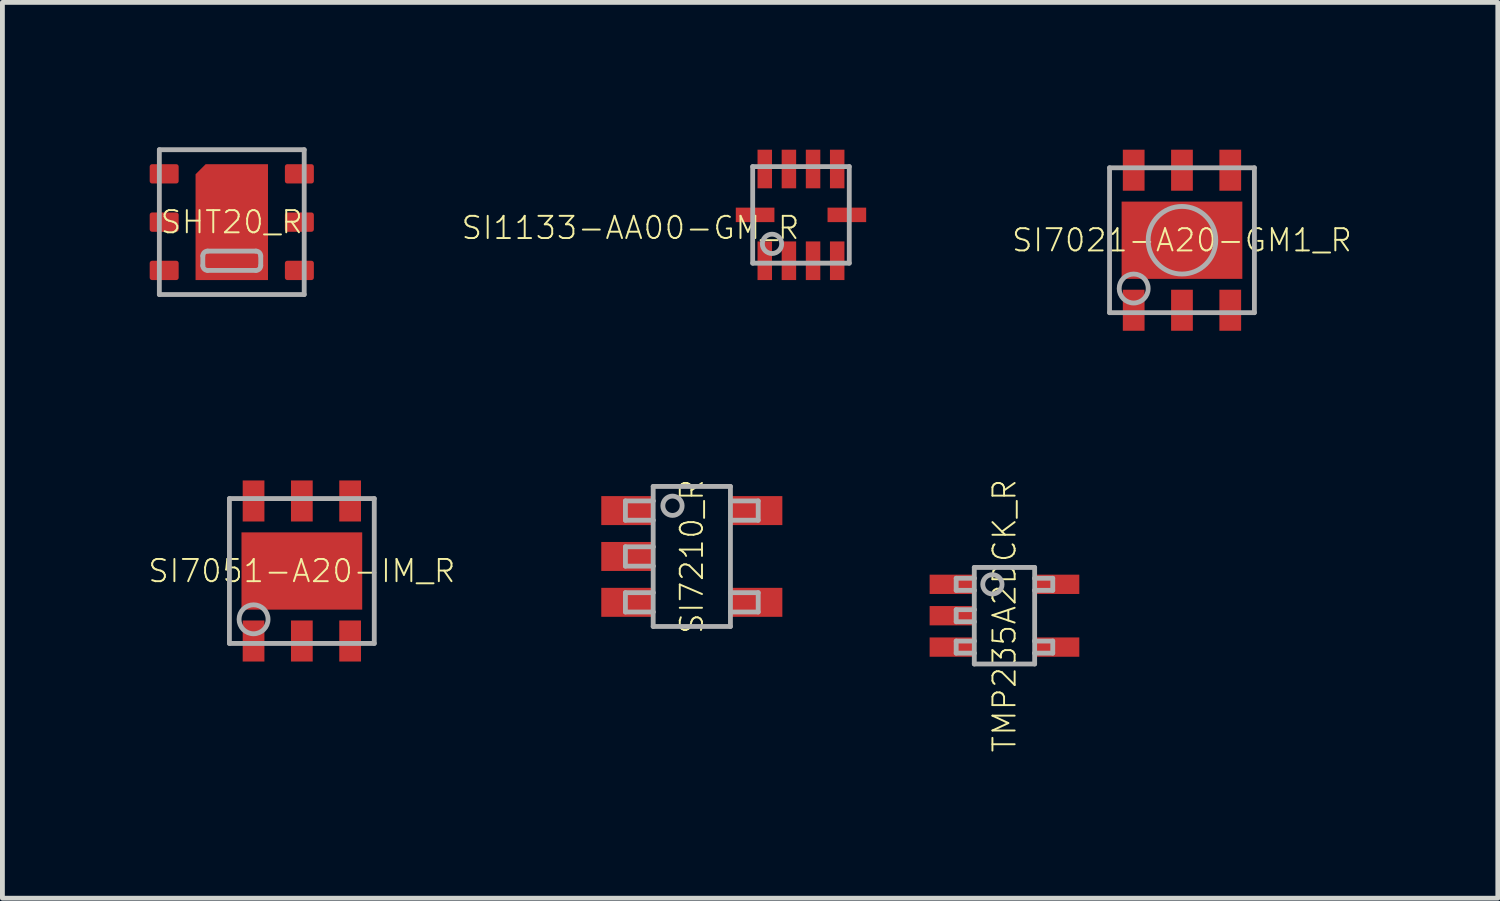
<source format=kicad_pcb>
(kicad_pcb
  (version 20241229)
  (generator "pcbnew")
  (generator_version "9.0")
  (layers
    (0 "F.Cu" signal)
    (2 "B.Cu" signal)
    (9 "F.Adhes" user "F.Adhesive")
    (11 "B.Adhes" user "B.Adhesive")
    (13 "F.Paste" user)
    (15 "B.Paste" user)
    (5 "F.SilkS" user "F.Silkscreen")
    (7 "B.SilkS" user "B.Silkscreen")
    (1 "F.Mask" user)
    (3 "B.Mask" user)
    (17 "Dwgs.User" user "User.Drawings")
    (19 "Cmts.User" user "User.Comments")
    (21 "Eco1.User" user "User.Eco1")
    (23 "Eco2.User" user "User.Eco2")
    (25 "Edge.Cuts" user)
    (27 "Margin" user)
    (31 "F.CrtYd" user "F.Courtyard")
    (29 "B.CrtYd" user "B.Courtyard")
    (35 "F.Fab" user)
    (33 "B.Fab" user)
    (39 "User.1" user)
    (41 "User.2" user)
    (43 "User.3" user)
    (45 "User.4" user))
  (footprint "SI7210_R"
    (layer "F.Cu")
    (at 11.277 8.474)
    (property "Reference" "SI7210_R" (at 0 0 90) (unlocked yes) (layer "F.SilkS") (effects (font (size 0.46 0.46) (thickness 0.04))))
    (fp_line (start -1.375 -1.15) (end -1.375 -0.75) (stroke (width 0.1) (type solid)) (layer "F.Fab"))
    (fp_line (start -1.375 -0.75) (end -0.8 -0.75) (stroke (width 0.1) (type solid)) (layer "F.Fab"))
    (fp_line (start -1.375 -0.2) (end -1.375 0.2) (stroke (width 0.1) (type solid)) (layer "F.Fab"))
    (fp_line (start -1.375 0.75) (end -1.375 1.15) (stroke (width 0.1) (type solid)) (layer "F.Fab"))
    (fp_line (start -0.8 -1.45) (end 0.8 -1.45) (stroke (width 0.1) (type solid)) (layer "F.Fab"))
    (fp_line (start -0.8 -1.15) (end -1.375 -1.15) (stroke (width 0.1) (type solid)) (layer "F.Fab"))
    (fp_line (start -0.8 -1.15) (end -0.8 -1.45) (stroke (width 0.1) (type solid)) (layer "F.Fab"))
    (fp_line (start -0.8 -0.75) (end -0.8 -1.15) (stroke (width 0.1) (type solid)) (layer "F.Fab"))
    (fp_line (start -0.8 -0.2) (end -1.375 -0.2) (stroke (width 0.1) (type solid)) (layer "F.Fab"))
    (fp_line (start -0.8 -0.2) (end -0.8 -0.75) (stroke (width 0.1) (type solid)) (layer "F.Fab"))
    (fp_line (start -0.8 0.2) (end -1.375 0.2) (stroke (width 0.1) (type solid)) (layer "F.Fab"))
    (fp_line (start -0.8 0.2) (end -0.8 -0.2) (stroke (width 0.1) (type solid)) (layer "F.Fab"))
    (fp_line (start -0.8 0.75) (end -1.375 0.75) (stroke (width 0.1) (type solid)) (layer "F.Fab"))
    (fp_line (start -0.8 0.75) (end -0.8 0.2) (stroke (width 0.1) (type solid)) (layer "F.Fab"))
    (fp_line (start -0.8 1.15) (end -1.375 1.15) (stroke (width 0.1) (type solid)) (layer "F.Fab"))
    (fp_line (start -0.8 1.15) (end -0.8 0.75) (stroke (width 0.1) (type solid)) (layer "F.Fab"))
    (fp_line (start -0.8 1.45) (end -0.8 1.15) (stroke (width 0.1) (type solid)) (layer "F.Fab"))
    (fp_line (start 0.8 -1.45) (end 0.8 -1.15) (stroke (width 0.1) (type solid)) (layer "F.Fab"))
    (fp_line (start 0.8 -1.15) (end 0.8 -0.75) (stroke (width 0.1) (type solid)) (layer "F.Fab"))
    (fp_line (start 0.8 -0.75) (end 0.8 0.75) (stroke (width 0.1) (type solid)) (layer "F.Fab"))
    (fp_line (start 0.8 0.75) (end 0.8 1.15) (stroke (width 0.1) (type solid)) (layer "F.Fab"))
    (fp_line (start 0.8 1.15) (end 0.8 1.45) (stroke (width 0.1) (type solid)) (layer "F.Fab"))
    (fp_line (start 0.8 1.45) (end -0.8 1.45) (stroke (width 0.1) (type solid)) (layer "F.Fab"))
    (fp_line (start 1.375 -1.15) (end 0.8 -1.15) (stroke (width 0.1) (type solid)) (layer "F.Fab"))
    (fp_line (start 1.375 -1.15) (end 1.375 -0.75) (stroke (width 0.1) (type solid)) (layer "F.Fab"))
    (fp_line (start 1.375 -0.75) (end 0.8 -0.75) (stroke (width 0.1) (type solid)) (layer "F.Fab"))
    (fp_line (start 1.375 0.75) (end 0.8 0.75) (stroke (width 0.1) (type solid)) (layer "F.Fab"))
    (fp_line (start 1.375 0.75) (end 1.375 1.15) (stroke (width 0.1) (type solid)) (layer "F.Fab"))
    (fp_line (start 1.375 1.15) (end 0.8 1.15) (stroke (width 0.1) (type solid)) (layer "F.Fab"))
    (fp_circle (center -0.4 -1.05) (end -0.2 -1.05) (stroke (width 0.1) (type solid)) (fill no) (layer "F.Fab"))
    (pad "1" smd rect (at -1.35 -0.95) (size 1.05 0.6) (layers "F.Cu" "F.Mask" "F.Paste"))
    (pad "2" smd rect (at -1.35 0) (size 1.05 0.6) (layers "F.Cu" "F.Mask" "F.Paste"))
    (pad "3" smd rect (at -1.35 0.95) (size 1.05 0.6) (layers "F.Cu" "F.Mask" "F.Paste"))
    (pad "4" smd rect (at 1.35 0.95) (size 1.05 0.6) (layers "F.Cu" "F.Mask" "F.Paste"))
    (pad "5" smd rect (at 1.35 -0.95) (size 1.05 0.6) (layers "F.Cu" "F.Mask" "F.Paste")))
  (footprint "SI1133-AA00-GM_R"
    (layer "F.Cu")
    (at 13.538 1.4)
    (property "Reference" "SI1133-AA00-GM_R" (at 0 0 0) (unlocked yes) (layer "F.SilkS") (effects (font (size 0.46 0.46) (thickness 0.04)) (justify right top)))
    (fp_poly (pts (xy -0.95 -1.4) (xy -0.95 -0.5) (xy -0.55 -0.5) (xy -0.55 -1.4)) (stroke (width 0) (type default)) (fill yes) (layer "F.Mask"))
    (fp_poly (pts (xy -0.55 1.4) (xy -0.55 0.5) (xy -0.95 0.5) (xy -0.95 1.4)) (stroke (width 0) (type default)) (fill yes) (layer "F.Mask"))
    (fp_poly (pts (xy -0.5 0.2) (xy -0.5 -0.2) (xy -1.4 -0.2) (xy -1.4 0.2)) (stroke (width 0) (type default)) (fill yes) (layer "F.Mask"))
    (fp_poly (pts (xy -0.45 -1.4) (xy -0.45 -0.5) (xy -0.05 -0.5) (xy -0.05 -1.4)) (stroke (width 0) (type default)) (fill yes) (layer "F.Mask"))
    (fp_poly (pts (xy -0.05 1.4) (xy -0.05 0.5) (xy -0.45 0.5) (xy -0.45 1.4)) (stroke (width 0) (type default)) (fill yes) (layer "F.Mask"))
    (fp_poly (pts (xy 0.05 -1.4) (xy 0.05 -0.5) (xy 0.45 -0.5) (xy 0.45 -1.4)) (stroke (width 0) (type default)) (fill yes) (layer "F.Mask"))
    (fp_poly (pts (xy 0.45 1.4) (xy 0.45 0.5) (xy 0.05 0.5) (xy 0.05 1.4)) (stroke (width 0) (type default)) (fill yes) (layer "F.Mask"))
    (fp_poly (pts (xy 0.55 -1.4) (xy 0.55 -0.5) (xy 0.95 -0.5) (xy 0.95 -1.4)) (stroke (width 0) (type default)) (fill yes) (layer "F.Mask"))
    (fp_poly (pts (xy 0.95 1.4) (xy 0.95 0.5) (xy 0.55 0.5) (xy 0.55 1.4)) (stroke (width 0) (type default)) (fill yes) (layer "F.Mask"))
    (fp_poly (pts (xy 1.35 0.2) (xy 1.35 -0.2) (xy 0.5 -0.2) (xy 0.5 0.2)) (stroke (width 0) (type default)) (fill yes) (layer "F.Mask"))
    (fp_line (start -1 -1) (end -1 1) (stroke (width 0.1) (type solid)) (layer "F.Fab"))
    (fp_line (start -1 1) (end 1 1) (stroke (width 0.1) (type solid)) (layer "F.Fab"))
    (fp_line (start 1 -1) (end -1 -1) (stroke (width 0.1) (type solid)) (layer "F.Fab"))
    (fp_line (start 1 1) (end 1 -1) (stroke (width 0.1) (type solid)) (layer "F.Fab"))
    (fp_circle (center -0.6 0.6) (end -0.4 0.6) (stroke (width 0.1) (type solid)) (fill no) (layer "F.Fab"))
    (pad "1" smd rect (at -0.75 0.95 180) (size 0.3 0.8) (layers "F.Cu" "F.Paste"))
    (pad "2" smd rect (at -0.25 0.95 180) (size 0.3 0.8) (layers "F.Cu" "F.Paste"))
    (pad "3" smd rect (at 0.25 0.95 180) (size 0.3 0.8) (layers "F.Cu" "F.Paste"))
    (pad "4" smd rect (at 0.75 0.95 180) (size 0.3 0.8) (layers "F.Cu" "F.Paste"))
    (pad "5" smd rect (at 0.95 0 270) (size 0.3 0.8) (layers "F.Cu" "F.Paste"))
    (pad "6" smd rect (at 0.75 -0.95 180) (size 0.3 0.8) (layers "F.Cu" "F.Paste"))
    (pad "7" smd rect (at 0.25 -0.95 180) (size 0.3 0.8) (layers "F.Cu" "F.Paste"))
    (pad "8" smd rect (at -0.25 -0.95 180) (size 0.3 0.8) (layers "F.Cu" "F.Paste"))
    (pad "9" smd rect (at -0.75 -0.95 180) (size 0.3 0.8) (layers "F.Cu" "F.Paste"))
    (pad "10" smd rect (at -0.95 0 270) (size 0.3 0.8) (layers "F.Cu" "F.Paste")))
  (footprint "SHT20_R"
    (layer "F.Cu")
    (at 1.75 1.55)
    (property "Reference" "SHT20_R" (at 0 0 0) (unlocked yes) (layer "F.SilkS") (effects (font (size 0.46 0.46) (thickness 0.04))))
    (fp_poly (pts (xy 0.75 1.2) (xy -0.75 1.2) (xy -0.75 -0.991) (xy -0.541 -1.2) (xy 0.75 -1.2)) (stroke (width 0) (type default)) (fill yes) (layer "F.Cu"))
    (fp_poly (pts (xy -1.05 -0.75) (xy -1.75 -0.75) (xy -1.75 -1.25) (xy -1.05 -1.25)) (stroke (width 0) (type default)) (fill yes) (layer "F.Mask"))
    (fp_poly (pts (xy -1.05 0.25) (xy -1.75 0.25) (xy -1.75 -0.25) (xy -1.05 -0.25)) (stroke (width 0) (type default)) (fill yes) (layer "F.Mask"))
    (fp_poly (pts (xy -1.05 1.25) (xy -1.75 1.25) (xy -1.75 0.75) (xy -1.05 0.75)) (stroke (width 0) (type default)) (fill yes) (layer "F.Mask"))
    (fp_poly (pts (xy 1.75 -0.75) (xy 1.05 -0.75) (xy 1.05 -1.25) (xy 1.75 -1.25)) (stroke (width 0) (type default)) (fill yes) (layer "F.Mask"))
    (fp_poly (pts (xy 1.75 0.25) (xy 1.05 0.25) (xy 1.05 -0.25) (xy 1.75 -0.25)) (stroke (width 0) (type default)) (fill yes) (layer "F.Mask"))
    (fp_poly (pts (xy 1.75 1.25) (xy 1.05 1.25) (xy 1.05 0.75) (xy 1.75 0.75)) (stroke (width 0) (type default)) (fill yes) (layer "F.Mask"))
    (fp_poly (pts (xy 0.8 1.25) (xy -0.8 1.25) (xy -0.8 -1.041) (xy -0.591 -1.25) (xy 0.8 -1.25)) (stroke (width 0) (type default)) (fill yes) (layer "F.Mask"))
    (fp_poly (pts (xy 0.69 1.16) (xy -0.69 1.16) (xy -0.69 0.1) (xy 0.69 0.1)) (stroke (width 0) (type default)) (fill yes) (layer "F.Paste"))
    (fp_poly (pts (xy 0.69 -0.1) (xy -0.69 -0.1) (xy -0.69 -0.981) (xy -0.511 -1.16) (xy 0.69 -1.16)) (stroke (width 0) (type default)) (fill yes) (layer "F.Paste"))
    (fp_line (start -1.5 -1.5) (end 1.5 -1.5) (stroke (width 0.1) (type solid)) (layer "F.Fab"))
    (fp_line (start -1.5 1.5) (end -1.5 -1.5) (stroke (width 0.1) (type solid)) (layer "F.Fab"))
    (fp_line (start -0.6 0.9) (end -0.6 0.7) (stroke (width 0.1) (type solid)) (layer "F.Fab"))
    (fp_line (start -0.5 0.6) (end 0.5 0.6) (stroke (width 0.1) (type solid)) (layer "F.Fab"))
    (fp_line (start 0.5 1) (end -0.5 1) (stroke (width 0.1) (type solid)) (layer "F.Fab"))
    (fp_line (start 0.6 0.7) (end 0.6 0.9) (stroke (width 0.1) (type solid)) (layer "F.Fab"))
    (fp_line (start 1.5 -1.5) (end 1.5 1.5) (stroke (width 0.1) (type solid)) (layer "F.Fab"))
    (fp_line (start 1.5 1.5) (end -1.5 1.5) (stroke (width 0.1) (type solid)) (layer "F.Fab"))
    (fp_arc (start -0.6 0.7) (mid -0.570711 0.629289) (end -0.5 0.6) (stroke (width 0.1) (type solid)) (layer "F.Fab"))
    (fp_arc (start -0.5 1) (mid -0.570711 0.970711) (end -0.6 0.9) (stroke (width 0.1) (type solid)) (layer "F.Fab"))
    (fp_arc (start 0.5 0.6) (mid 0.570711 0.629289) (end 0.6 0.7) (stroke (width 0.1) (type solid)) (layer "F.Fab"))
    (fp_arc (start 0.6 0.9) (mid 0.570711 0.970711) (end 0.5 1) (stroke (width 0.1) (type solid)) (layer "F.Fab"))
    (pad "1" smd roundrect (at -1.4 -1) (size 0.6 0.4) (layers "F.Cu" "F.Paste") (roundrect_rratio 0.125))
    (pad "2" smd roundrect (at -1.4 0) (size 0.6 0.4) (layers "F.Cu" "F.Paste") (roundrect_rratio 0.125))
    (pad "3" smd roundrect (at -1.4 1) (size 0.6 0.4) (layers "F.Cu" "F.Paste") (roundrect_rratio 0.125))
    (pad "4" smd roundrect (at 1.4 1) (size 0.6 0.4) (layers "F.Cu" "F.Paste") (roundrect_rratio 0.125))
    (pad "5" smd roundrect (at 1.4 0) (size 0.6 0.4) (layers "F.Cu" "F.Paste") (roundrect_rratio 0.125))
    (pad "6" smd roundrect (at 1.4 -1) (size 0.6 0.4) (layers "F.Cu" "F.Paste") (roundrect_rratio 0.125)))
  (footprint "SI7051-A20-IM_R"
    (layer "F.Cu")
    (at 3.201 8.775)
    (property "Reference" "SI7051-A20-IM_R" (at 0 0 0) (unlocked yes) (layer "F.SilkS") (effects (font (size 0.46 0.46) (thickness 0.04))))
    (fp_poly (pts (xy -1.275 -1.925) (xy -1.275 -0.975) (xy -0.725 -0.975) (xy -0.725 -1.925)) (stroke (width 0) (type default)) (fill yes) (layer "F.Mask"))
    (fp_poly (pts (xy -0.725 1.925) (xy -0.725 0.975) (xy -1.275 0.975) (xy -1.275 1.925)) (stroke (width 0) (type default)) (fill yes) (layer "F.Mask"))
    (fp_poly (pts (xy -0.275 -1.925) (xy -0.275 -0.975) (xy 0.275 -0.975) (xy 0.275 -1.925)) (stroke (width 0) (type default)) (fill yes) (layer "F.Mask"))
    (fp_poly (pts (xy 0.275 1.925) (xy 0.275 0.975) (xy -0.275 0.975) (xy -0.275 1.925)) (stroke (width 0) (type default)) (fill yes) (layer "F.Mask"))
    (fp_poly (pts (xy 0.725 -1.925) (xy 0.725 -0.975) (xy 1.275 -0.975) (xy 1.275 -1.925)) (stroke (width 0) (type default)) (fill yes) (layer "F.Mask"))
    (fp_poly (pts (xy 1.275 1.925) (xy 1.275 0.975) (xy 0.725 0.975) (xy 0.725 1.925)) (stroke (width 0) (type default)) (fill yes) (layer "F.Mask"))
    (fp_poly (pts (xy 1.3 0.85) (xy 1.3 -0.85) (xy -1.3 -0.85) (xy -1.3 0.85)) (stroke (width 0) (type default)) (fill yes) (layer "F.Mask"))
    (fp_line (start -1.5 -1.5) (end -1.5 1.5) (stroke (width 0.1) (type solid)) (layer "F.Fab"))
    (fp_line (start -1.5 1.5) (end 1.5 1.5) (stroke (width 0.1) (type solid)) (layer "F.Fab"))
    (fp_line (start 1.5 -1.5) (end -1.5 -1.5) (stroke (width 0.1) (type solid)) (layer "F.Fab"))
    (fp_line (start 1.5 1.5) (end 1.5 -1.5) (stroke (width 0.1) (type solid)) (layer "F.Fab"))
    (fp_circle (center -1 1) (end -0.7 1) (stroke (width 0.1) (type solid)) (fill no) (layer "F.Fab"))
    (pad "0" smd rect (at 0 0 90) (size 1.6 2.5) (layers "F.Cu" "F.Paste"))
    (pad "1" smd rect (at -1 1.45 180) (size 0.45 0.85) (layers "F.Cu" "F.Paste"))
    (pad "2" smd rect (at 0 1.45 180) (size 0.45 0.85) (layers "F.Cu" "F.Paste"))
    (pad "3" smd rect (at 1 1.45 180) (size 0.45 0.85) (layers "F.Cu" "F.Paste"))
    (pad "4" smd rect (at 1 -1.45 180) (size 0.45 0.85) (layers "F.Cu" "F.Paste"))
    (pad "5" smd rect (at 0 -1.45 180) (size 0.45 0.85) (layers "F.Cu" "F.Paste"))
    (pad "6" smd rect (at -1 -1.45 180) (size 0.45 0.85) (layers "F.Cu" "F.Paste")))
  (footprint "TMP235A2DCK_R"
    (layer "F.Cu")
    (at 17.752 9.701)
    (property "Reference" "TMP235A2DCK_R" (at 0 0 90) (unlocked yes) (layer "F.SilkS") (effects (font (size 0.46 0.46) (thickness 0.04))))
    (fp_poly (pts (xy -1.6 -0.4) (xy -0.6 -0.4) (xy -0.6 -0.9) (xy -1.6 -0.9)) (stroke (width 0) (type default)) (fill yes) (layer "F.Mask"))
    (fp_poly (pts (xy -1.6 0.25) (xy -0.6 0.25) (xy -0.6 -0.25) (xy -1.6 -0.25)) (stroke (width 0) (type default)) (fill yes) (layer "F.Mask"))
    (fp_poly (pts (xy -1.6 0.9) (xy -0.6 0.9) (xy -0.6 0.4) (xy -1.6 0.4)) (stroke (width 0) (type default)) (fill yes) (layer "F.Mask"))
    (fp_poly (pts (xy 1.6 -0.9) (xy 0.6 -0.9) (xy 0.6 -0.4) (xy 1.6 -0.4)) (stroke (width 0) (type default)) (fill yes) (layer "F.Mask"))
    (fp_poly (pts (xy 1.6 0.4) (xy 0.6 0.4) (xy 0.6 0.9) (xy 1.6 0.9)) (stroke (width 0) (type default)) (fill yes) (layer "F.Mask"))
    (fp_poly (pts (xy -1.525 -0.475) (xy -0.675 -0.475) (xy -0.675 -0.825) (xy -1.525 -0.825)) (stroke (width 0) (type default)) (fill yes) (layer "F.Paste"))
    (fp_poly (pts (xy -1.525 0.175) (xy -0.675 0.175) (xy -0.675 -0.175) (xy -1.525 -0.175)) (stroke (width 0) (type default)) (fill yes) (layer "F.Paste"))
    (fp_poly (pts (xy -1.525 0.825) (xy -0.675 0.825) (xy -0.675 0.475) (xy -1.525 0.475)) (stroke (width 0) (type default)) (fill yes) (layer "F.Paste"))
    (fp_poly (pts (xy 1.525 -0.825) (xy 0.675 -0.825) (xy 0.675 -0.475) (xy 1.525 -0.475)) (stroke (width 0) (type default)) (fill yes) (layer "F.Paste"))
    (fp_poly (pts (xy 1.525 0.475) (xy 0.675 0.475) (xy 0.675 0.825) (xy 1.525 0.825)) (stroke (width 0) (type default)) (fill yes) (layer "F.Paste"))
    (fp_line (start -1 -0.775) (end -1 -0.525) (stroke (width 0.1) (type solid)) (layer "F.Fab"))
    (fp_line (start -1 -0.525) (end -0.625 -0.525) (stroke (width 0.1) (type solid)) (layer "F.Fab"))
    (fp_line (start -1 -0.125) (end -1 0.125) (stroke (width 0.1) (type solid)) (layer "F.Fab"))
    (fp_line (start -1 0.125) (end -0.625 0.125) (stroke (width 0.1) (type solid)) (layer "F.Fab"))
    (fp_line (start -1 0.525) (end -1 0.775) (stroke (width 0.1) (type solid)) (layer "F.Fab"))
    (fp_line (start -1 0.775) (end -0.625 0.775) (stroke (width 0.1) (type solid)) (layer "F.Fab"))
    (fp_line (start -0.625 -1) (end -0.625 -0.775) (stroke (width 0.1) (type solid)) (layer "F.Fab"))
    (fp_line (start -0.625 -0.775) (end -1 -0.775) (stroke (width 0.1) (type solid)) (layer "F.Fab"))
    (fp_line (start -0.625 -0.775) (end -0.625 -0.525) (stroke (width 0.1) (type solid)) (layer "F.Fab"))
    (fp_line (start -0.625 -0.525) (end -0.625 -0.125) (stroke (width 0.1) (type solid)) (layer "F.Fab"))
    (fp_line (start -0.625 -0.125) (end -1 -0.125) (stroke (width 0.1) (type solid)) (layer "F.Fab"))
    (fp_line (start -0.625 -0.125) (end -0.625 0.125) (stroke (width 0.1) (type solid)) (layer "F.Fab"))
    (fp_line (start -0.625 0.125) (end -0.625 0.525) (stroke (width 0.1) (type solid)) (layer "F.Fab"))
    (fp_line (start -0.625 0.525) (end -1 0.525) (stroke (width 0.1) (type solid)) (layer "F.Fab"))
    (fp_line (start -0.625 0.525) (end -0.625 0.775) (stroke (width 0.1) (type solid)) (layer "F.Fab"))
    (fp_line (start -0.625 1) (end -0.625 0.775) (stroke (width 0.1) (type solid)) (layer "F.Fab"))
    (fp_line (start -0.625 1) (end 0.625 1) (stroke (width 0.1) (type solid)) (layer "F.Fab"))
    (fp_line (start 0.625 -1) (end -0.625 -1) (stroke (width 0.1) (type solid)) (layer "F.Fab"))
    (fp_line (start 0.625 -0.775) (end 0.625 -1) (stroke (width 0.1) (type solid)) (layer "F.Fab"))
    (fp_line (start 0.625 -0.525) (end 0.625 -0.775) (stroke (width 0.1) (type solid)) (layer "F.Fab"))
    (fp_line (start 0.625 -0.525) (end 1 -0.525) (stroke (width 0.1) (type solid)) (layer "F.Fab"))
    (fp_line (start 0.625 0.525) (end 0.625 -0.525) (stroke (width 0.1) (type solid)) (layer "F.Fab"))
    (fp_line (start 0.625 0.775) (end 0.625 0.525) (stroke (width 0.1) (type solid)) (layer "F.Fab"))
    (fp_line (start 0.625 0.775) (end 1 0.775) (stroke (width 0.1) (type solid)) (layer "F.Fab"))
    (fp_line (start 0.625 1) (end 0.625 0.775) (stroke (width 0.1) (type solid)) (layer "F.Fab"))
    (fp_line (start 1 -0.775) (end 0.625 -0.775) (stroke (width 0.1) (type solid)) (layer "F.Fab"))
    (fp_line (start 1 -0.525) (end 1 -0.775) (stroke (width 0.1) (type solid)) (layer "F.Fab"))
    (fp_line (start 1 0.525) (end 0.625 0.525) (stroke (width 0.1) (type solid)) (layer "F.Fab"))
    (fp_line (start 1 0.775) (end 1 0.525) (stroke (width 0.1) (type solid)) (layer "F.Fab"))
    (fp_circle (center -0.25 -0.65) (end -0.05 -0.65) (stroke (width 0.1) (type solid)) (fill no) (layer "F.Fab"))
    (pad "1" smd rect (at -1.1 -0.65) (size 0.9 0.4) (layers "F.Cu"))
    (pad "2" smd rect (at -1.1 0) (size 0.9 0.4) (layers "F.Cu"))
    (pad "3" smd rect (at -1.1 0.65) (size 0.9 0.4) (layers "F.Cu"))
    (pad "4" smd rect (at 1.1 0.65 180) (size 0.9 0.4) (layers "F.Cu"))
    (pad "5" smd rect (at 1.1 -0.65 180) (size 0.9 0.4) (layers "F.Cu")))
  (footprint "SI7021-A20-GM1_R"
    (layer "F.Cu")
    (at 21.428 1.925)
    (property "Reference" "SI7021-A20-GM1_R" (at 0 0 0) (unlocked yes) (layer "F.SilkS") (effects (font (size 0.46 0.46) (thickness 0.04))))
    (fp_poly (pts (xy -1.275 -1.925) (xy -1.275 -0.975) (xy -0.725 -0.975) (xy -0.725 -1.925)) (stroke (width 0) (type default)) (fill yes) (layer "F.Mask"))
    (fp_poly (pts (xy -0.725 1.925) (xy -0.725 0.975) (xy -1.275 0.975) (xy -1.275 1.925)) (stroke (width 0) (type default)) (fill yes) (layer "F.Mask"))
    (fp_poly (pts (xy -0.275 -1.925) (xy -0.275 -0.975) (xy 0.275 -0.975) (xy 0.275 -1.925)) (stroke (width 0) (type default)) (fill yes) (layer "F.Mask"))
    (fp_poly (pts (xy 0.275 1.925) (xy 0.275 0.975) (xy -0.275 0.975) (xy -0.275 1.925)) (stroke (width 0) (type default)) (fill yes) (layer "F.Mask"))
    (fp_poly (pts (xy 0.725 -1.925) (xy 0.725 -0.975) (xy 1.275 -0.975) (xy 1.275 -1.925)) (stroke (width 0) (type default)) (fill yes) (layer "F.Mask"))
    (fp_poly (pts (xy 1.275 1.925) (xy 1.275 0.975) (xy 0.725 0.975) (xy 0.725 1.925)) (stroke (width 0) (type default)) (fill yes) (layer "F.Mask"))
    (fp_poly (pts (xy 1.3 0.85) (xy 1.3 -0.85) (xy -1.3 -0.85) (xy -1.3 0.85)) (stroke (width 0) (type default)) (fill yes) (layer "F.Mask"))
    (fp_line (start -1.5 -1.5) (end -1.5 1.5) (stroke (width 0.1) (type solid)) (layer "F.Fab"))
    (fp_line (start -1.5 1.5) (end 1.5 1.5) (stroke (width 0.1) (type solid)) (layer "F.Fab"))
    (fp_line (start 1.5 -1.5) (end -1.5 -1.5) (stroke (width 0.1) (type solid)) (layer "F.Fab"))
    (fp_line (start 1.5 1.5) (end 1.5 -1.5) (stroke (width 0.1) (type solid)) (layer "F.Fab"))
    (fp_circle (center -1 1) (end -0.7 1) (stroke (width 0.1) (type solid)) (fill no) (layer "F.Fab"))
    (fp_circle (center 0 0) (end 0.7 0) (stroke (width 0.1) (type solid)) (fill no) (layer "F.Fab"))
    (pad "0" smd rect (at 0 0 90) (size 1.6 2.5) (layers "F.Cu" "F.Paste"))
    (pad "1" smd rect (at -1 1.45 180) (size 0.45 0.85) (layers "F.Cu" "F.Paste"))
    (pad "2" smd rect (at 0 1.45 180) (size 0.45 0.85) (layers "F.Cu" "F.Paste"))
    (pad "3" smd rect (at 1 1.45 180) (size 0.45 0.85) (layers "F.Cu" "F.Paste"))
    (pad "4" smd rect (at 1 -1.45 180) (size 0.45 0.85) (layers "F.Cu" "F.Paste"))
    (pad "5" smd rect (at 0 -1.45 180) (size 0.45 0.85) (layers "F.Cu" "F.Paste"))
    (pad "6" smd rect (at -1 -1.45 180) (size 0.45 0.85) (layers "F.Cu" "F.Paste")))
  (gr_rect
    (start -3 -3)
    (end 27.969 15.551)
    (stroke (width 0.1) (type default))
    (fill no)
    (layer "Edge.Cuts")))
</source>
